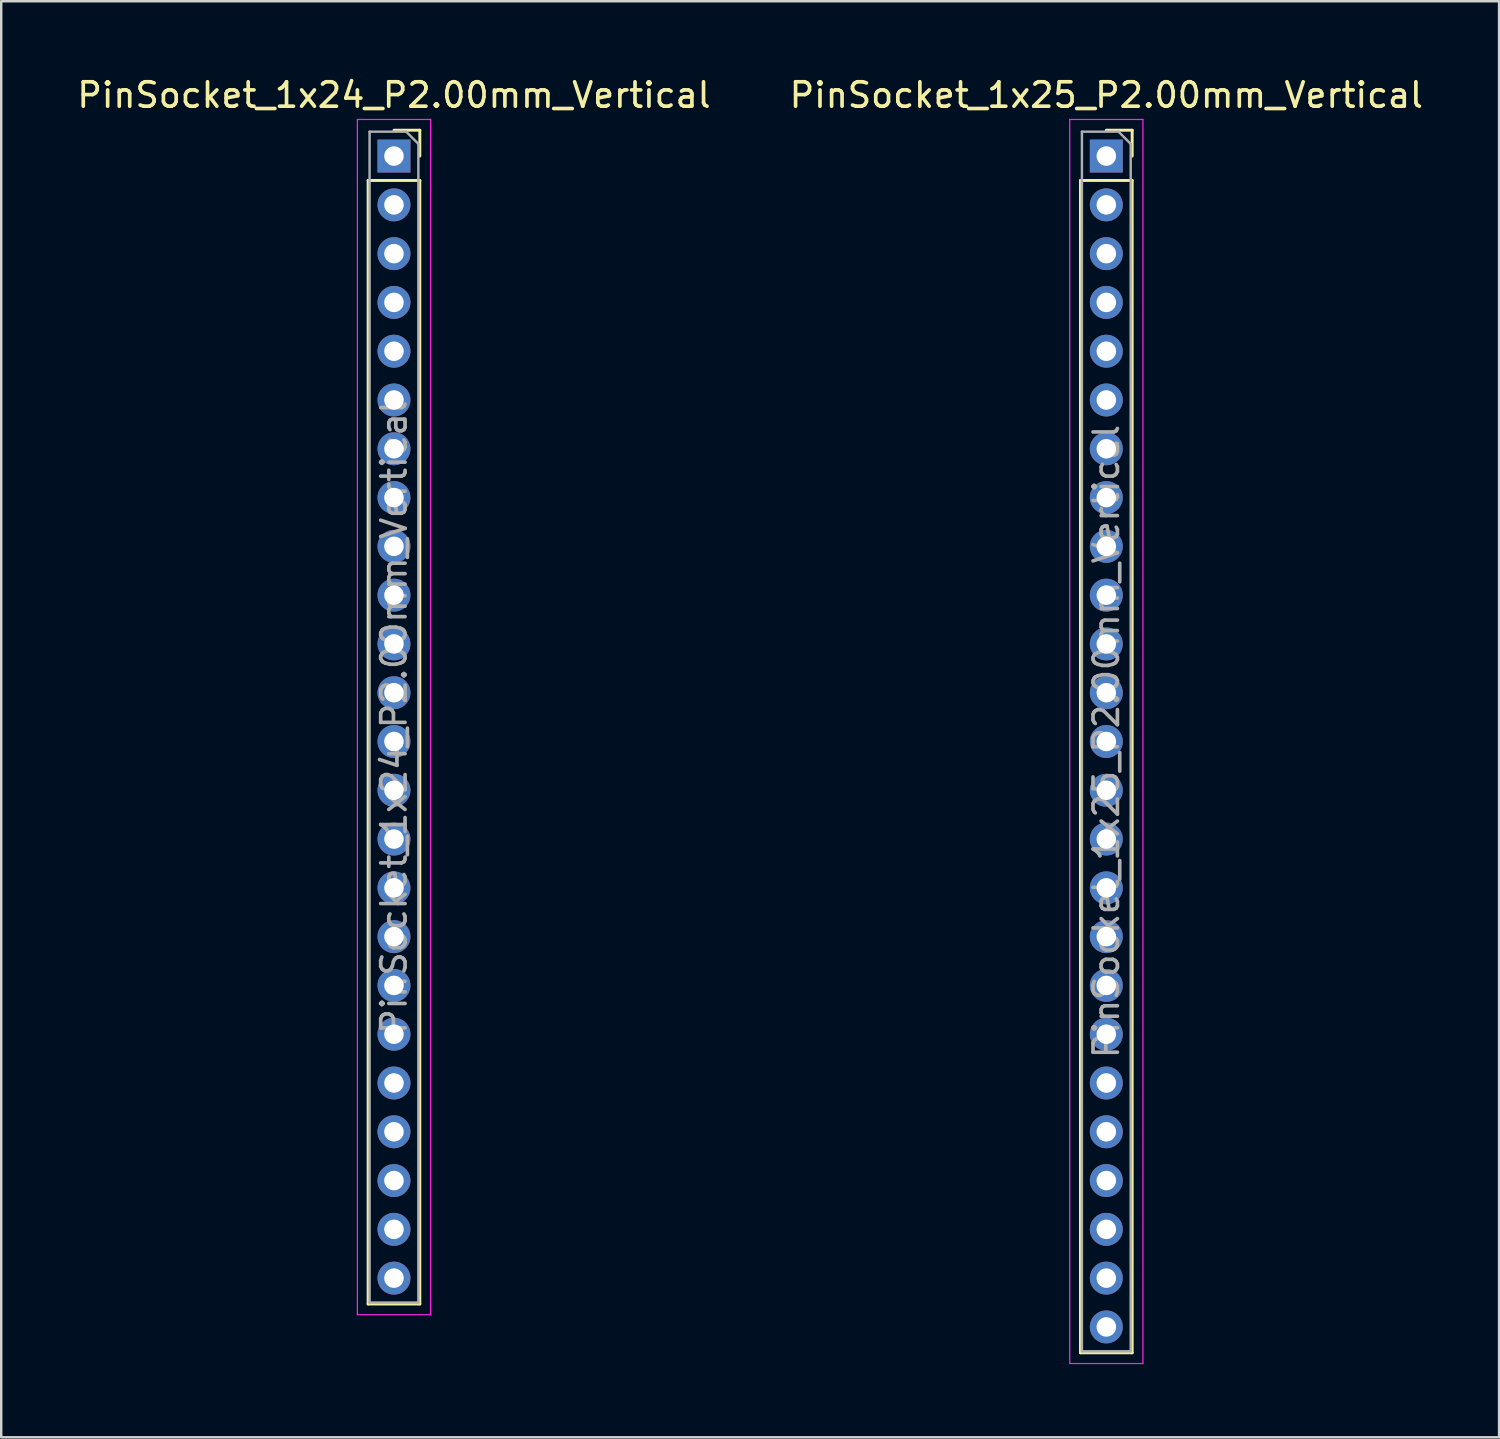
<source format=kicad_pcb>
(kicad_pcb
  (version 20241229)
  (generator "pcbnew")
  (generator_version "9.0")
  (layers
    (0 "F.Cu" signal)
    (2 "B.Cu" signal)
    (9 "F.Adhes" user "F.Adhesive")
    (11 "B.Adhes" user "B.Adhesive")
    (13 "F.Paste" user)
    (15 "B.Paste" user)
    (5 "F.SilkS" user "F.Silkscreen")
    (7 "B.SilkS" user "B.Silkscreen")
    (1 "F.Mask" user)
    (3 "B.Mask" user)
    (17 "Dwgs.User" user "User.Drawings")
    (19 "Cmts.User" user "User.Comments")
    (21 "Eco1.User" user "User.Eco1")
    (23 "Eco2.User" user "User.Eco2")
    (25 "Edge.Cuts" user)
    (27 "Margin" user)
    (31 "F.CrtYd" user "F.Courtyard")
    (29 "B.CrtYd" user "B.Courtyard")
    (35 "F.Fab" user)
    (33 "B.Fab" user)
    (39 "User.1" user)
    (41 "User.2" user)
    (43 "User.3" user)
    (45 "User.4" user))
  (footprint "PinSocket_1x24_P2.00mm_Vertical"
    (layer "F.Cu")
    (at 13.101 3.348)
    (property "Reference" "PinSocket_1x24_P2.00mm_Vertical" (at 0 -2.5 0) (layer "F.SilkS") (effects (font (size 1 1) (thickness 0.15))))
    (attr through_hole)
    (fp_line (start -1.06 1) (end -1.06 47.06) (stroke (width 0.12) (type solid)) (layer "F.SilkS"))
    (fp_line (start -1.06 1) (end 1.06 1) (stroke (width 0.12) (type solid)) (layer "F.SilkS"))
    (fp_line (start -1.06 47.06) (end 1.06 47.06) (stroke (width 0.12) (type solid)) (layer "F.SilkS"))
    (fp_line (start 0 -1.06) (end 1.06 -1.06) (stroke (width 0.12) (type solid)) (layer "F.SilkS"))
    (fp_line (start 1.06 -1.06) (end 1.06 0) (stroke (width 0.12) (type solid)) (layer "F.SilkS"))
    (fp_line (start 1.06 1) (end 1.06 47.06) (stroke (width 0.12) (type solid)) (layer "F.SilkS"))
    (fp_line (start -1.5 -1.5) (end 1.5 -1.5) (stroke (width 0.05) (type solid)) (layer "F.CrtYd"))
    (fp_line (start -1.5 47.5) (end -1.5 -1.5) (stroke (width 0.05) (type solid)) (layer "F.CrtYd"))
    (fp_line (start 1.5 -1.5) (end 1.5 47.5) (stroke (width 0.05) (type solid)) (layer "F.CrtYd"))
    (fp_line (start 1.5 47.5) (end -1.5 47.5) (stroke (width 0.05) (type solid)) (layer "F.CrtYd"))
    (fp_line (start -1 -1) (end 0.5 -1) (stroke (width 0.1) (type solid)) (layer "F.Fab"))
    (fp_line (start -1 47) (end -1 -1) (stroke (width 0.1) (type solid)) (layer "F.Fab"))
    (fp_line (start 0.5 -1) (end 1 -0.5) (stroke (width 0.1) (type solid)) (layer "F.Fab"))
    (fp_line (start 1 -0.5) (end 1 47) (stroke (width 0.1) (type solid)) (layer "F.Fab"))
    (fp_line (start 1 47) (end -1 47) (stroke (width 0.1) (type solid)) (layer "F.Fab"))
    (fp_text user "${REFERENCE}" (at 0 23 90) (layer "F.Fab") (effects (font (size 1 1) (thickness 0.15))))
    (pad "1" thru_hole rect (at 0 0) (size 1.35 1.35) (drill 0.8) (layers "*.Cu" "*.Mask"))
    (pad "2" thru_hole oval (at 0 2) (size 1.35 1.35) (drill 0.8) (layers "*.Cu" "*.Mask"))
    (pad "3" thru_hole oval (at 0 4) (size 1.35 1.35) (drill 0.8) (layers "*.Cu" "*.Mask"))
    (pad "4" thru_hole oval (at 0 6) (size 1.35 1.35) (drill 0.8) (layers "*.Cu" "*.Mask"))
    (pad "5" thru_hole oval (at 0 8) (size 1.35 1.35) (drill 0.8) (layers "*.Cu" "*.Mask"))
    (pad "6" thru_hole oval (at 0 10) (size 1.35 1.35) (drill 0.8) (layers "*.Cu" "*.Mask"))
    (pad "7" thru_hole oval (at 0 12) (size 1.35 1.35) (drill 0.8) (layers "*.Cu" "*.Mask"))
    (pad "8" thru_hole oval (at 0 14) (size 1.35 1.35) (drill 0.8) (layers "*.Cu" "*.Mask"))
    (pad "9" thru_hole oval (at 0 16) (size 1.35 1.35) (drill 0.8) (layers "*.Cu" "*.Mask"))
    (pad "10" thru_hole oval (at 0 18) (size 1.35 1.35) (drill 0.8) (layers "*.Cu" "*.Mask"))
    (pad "11" thru_hole oval (at 0 20) (size 1.35 1.35) (drill 0.8) (layers "*.Cu" "*.Mask"))
    (pad "12" thru_hole oval (at 0 22) (size 1.35 1.35) (drill 0.8) (layers "*.Cu" "*.Mask"))
    (pad "13" thru_hole oval (at 0 24) (size 1.35 1.35) (drill 0.8) (layers "*.Cu" "*.Mask"))
    (pad "14" thru_hole oval (at 0 26) (size 1.35 1.35) (drill 0.8) (layers "*.Cu" "*.Mask"))
    (pad "15" thru_hole oval (at 0 28) (size 1.35 1.35) (drill 0.8) (layers "*.Cu" "*.Mask"))
    (pad "16" thru_hole oval (at 0 30) (size 1.35 1.35) (drill 0.8) (layers "*.Cu" "*.Mask"))
    (pad "17" thru_hole oval (at 0 32) (size 1.35 1.35) (drill 0.8) (layers "*.Cu" "*.Mask"))
    (pad "18" thru_hole oval (at 0 34) (size 1.35 1.35) (drill 0.8) (layers "*.Cu" "*.Mask"))
    (pad "19" thru_hole oval (at 0 36) (size 1.35 1.35) (drill 0.8) (layers "*.Cu" "*.Mask"))
    (pad "20" thru_hole oval (at 0 38) (size 1.35 1.35) (drill 0.8) (layers "*.Cu" "*.Mask"))
    (pad "21" thru_hole oval (at 0 40) (size 1.35 1.35) (drill 0.8) (layers "*.Cu" "*.Mask"))
    (pad "22" thru_hole oval (at 0 42) (size 1.35 1.35) (drill 0.8) (layers "*.Cu" "*.Mask"))
    (pad "23" thru_hole oval (at 0 44) (size 1.35 1.35) (drill 0.8) (layers "*.Cu" "*.Mask"))
    (pad "24" thru_hole oval (at 0 46) (size 1.35 1.35) (drill 0.8) (layers "*.Cu" "*.Mask")))
  (footprint "PinSocket_1x25_P2.00mm_Vertical"
    (layer "F.Cu")
    (at 42.304 3.348)
    (property "Reference" "PinSocket_1x25_P2.00mm_Vertical" (at 0 -2.5 0) (layer "F.SilkS") (effects (font (size 1 1) (thickness 0.15))))
    (attr through_hole)
    (fp_line (start -1.06 1) (end -1.06 49.06) (stroke (width 0.12) (type solid)) (layer "F.SilkS"))
    (fp_line (start -1.06 1) (end 1.06 1) (stroke (width 0.12) (type solid)) (layer "F.SilkS"))
    (fp_line (start -1.06 49.06) (end 1.06 49.06) (stroke (width 0.12) (type solid)) (layer "F.SilkS"))
    (fp_line (start 0 -1.06) (end 1.06 -1.06) (stroke (width 0.12) (type solid)) (layer "F.SilkS"))
    (fp_line (start 1.06 -1.06) (end 1.06 0) (stroke (width 0.12) (type solid)) (layer "F.SilkS"))
    (fp_line (start 1.06 1) (end 1.06 49.06) (stroke (width 0.12) (type solid)) (layer "F.SilkS"))
    (fp_line (start -1.5 -1.5) (end 1.5 -1.5) (stroke (width 0.05) (type solid)) (layer "F.CrtYd"))
    (fp_line (start -1.5 49.5) (end -1.5 -1.5) (stroke (width 0.05) (type solid)) (layer "F.CrtYd"))
    (fp_line (start 1.5 -1.5) (end 1.5 49.5) (stroke (width 0.05) (type solid)) (layer "F.CrtYd"))
    (fp_line (start 1.5 49.5) (end -1.5 49.5) (stroke (width 0.05) (type solid)) (layer "F.CrtYd"))
    (fp_line (start -1 -1) (end 0.5 -1) (stroke (width 0.1) (type solid)) (layer "F.Fab"))
    (fp_line (start -1 49) (end -1 -1) (stroke (width 0.1) (type solid)) (layer "F.Fab"))
    (fp_line (start 0.5 -1) (end 1 -0.5) (stroke (width 0.1) (type solid)) (layer "F.Fab"))
    (fp_line (start 1 -0.5) (end 1 49) (stroke (width 0.1) (type solid)) (layer "F.Fab"))
    (fp_line (start 1 49) (end -1 49) (stroke (width 0.1) (type solid)) (layer "F.Fab"))
    (fp_text user "${REFERENCE}" (at 0 24 90) (layer "F.Fab") (effects (font (size 1 1) (thickness 0.15))))
    (pad "1" thru_hole rect (at 0 0) (size 1.35 1.35) (drill 0.8) (layers "*.Cu" "*.Mask"))
    (pad "2" thru_hole oval (at 0 2) (size 1.35 1.35) (drill 0.8) (layers "*.Cu" "*.Mask"))
    (pad "3" thru_hole oval (at 0 4) (size 1.35 1.35) (drill 0.8) (layers "*.Cu" "*.Mask"))
    (pad "4" thru_hole oval (at 0 6) (size 1.35 1.35) (drill 0.8) (layers "*.Cu" "*.Mask"))
    (pad "5" thru_hole oval (at 0 8) (size 1.35 1.35) (drill 0.8) (layers "*.Cu" "*.Mask"))
    (pad "6" thru_hole oval (at 0 10) (size 1.35 1.35) (drill 0.8) (layers "*.Cu" "*.Mask"))
    (pad "7" thru_hole oval (at 0 12) (size 1.35 1.35) (drill 0.8) (layers "*.Cu" "*.Mask"))
    (pad "8" thru_hole oval (at 0 14) (size 1.35 1.35) (drill 0.8) (layers "*.Cu" "*.Mask"))
    (pad "9" thru_hole oval (at 0 16) (size 1.35 1.35) (drill 0.8) (layers "*.Cu" "*.Mask"))
    (pad "10" thru_hole oval (at 0 18) (size 1.35 1.35) (drill 0.8) (layers "*.Cu" "*.Mask"))
    (pad "11" thru_hole oval (at 0 20) (size 1.35 1.35) (drill 0.8) (layers "*.Cu" "*.Mask"))
    (pad "12" thru_hole oval (at 0 22) (size 1.35 1.35) (drill 0.8) (layers "*.Cu" "*.Mask"))
    (pad "13" thru_hole oval (at 0 24) (size 1.35 1.35) (drill 0.8) (layers "*.Cu" "*.Mask"))
    (pad "14" thru_hole oval (at 0 26) (size 1.35 1.35) (drill 0.8) (layers "*.Cu" "*.Mask"))
    (pad "15" thru_hole oval (at 0 28) (size 1.35 1.35) (drill 0.8) (layers "*.Cu" "*.Mask"))
    (pad "16" thru_hole oval (at 0 30) (size 1.35 1.35) (drill 0.8) (layers "*.Cu" "*.Mask"))
    (pad "17" thru_hole oval (at 0 32) (size 1.35 1.35) (drill 0.8) (layers "*.Cu" "*.Mask"))
    (pad "18" thru_hole oval (at 0 34) (size 1.35 1.35) (drill 0.8) (layers "*.Cu" "*.Mask"))
    (pad "19" thru_hole oval (at 0 36) (size 1.35 1.35) (drill 0.8) (layers "*.Cu" "*.Mask"))
    (pad "20" thru_hole oval (at 0 38) (size 1.35 1.35) (drill 0.8) (layers "*.Cu" "*.Mask"))
    (pad "21" thru_hole oval (at 0 40) (size 1.35 1.35) (drill 0.8) (layers "*.Cu" "*.Mask"))
    (pad "22" thru_hole oval (at 0 42) (size 1.35 1.35) (drill 0.8) (layers "*.Cu" "*.Mask"))
    (pad "23" thru_hole oval (at 0 44) (size 1.35 1.35) (drill 0.8) (layers "*.Cu" "*.Mask"))
    (pad "24" thru_hole oval (at 0 46) (size 1.35 1.35) (drill 0.8) (layers "*.Cu" "*.Mask"))
    (pad "25" thru_hole oval (at 0 48) (size 1.35 1.35) (drill 0.8) (layers "*.Cu" "*.Mask")))
  (gr_rect
    (start -3 -3)
    (end 58.405 55.873)
    (stroke (width 0.1) (type default))
    (fill no)
    (layer "Edge.Cuts")))
</source>
